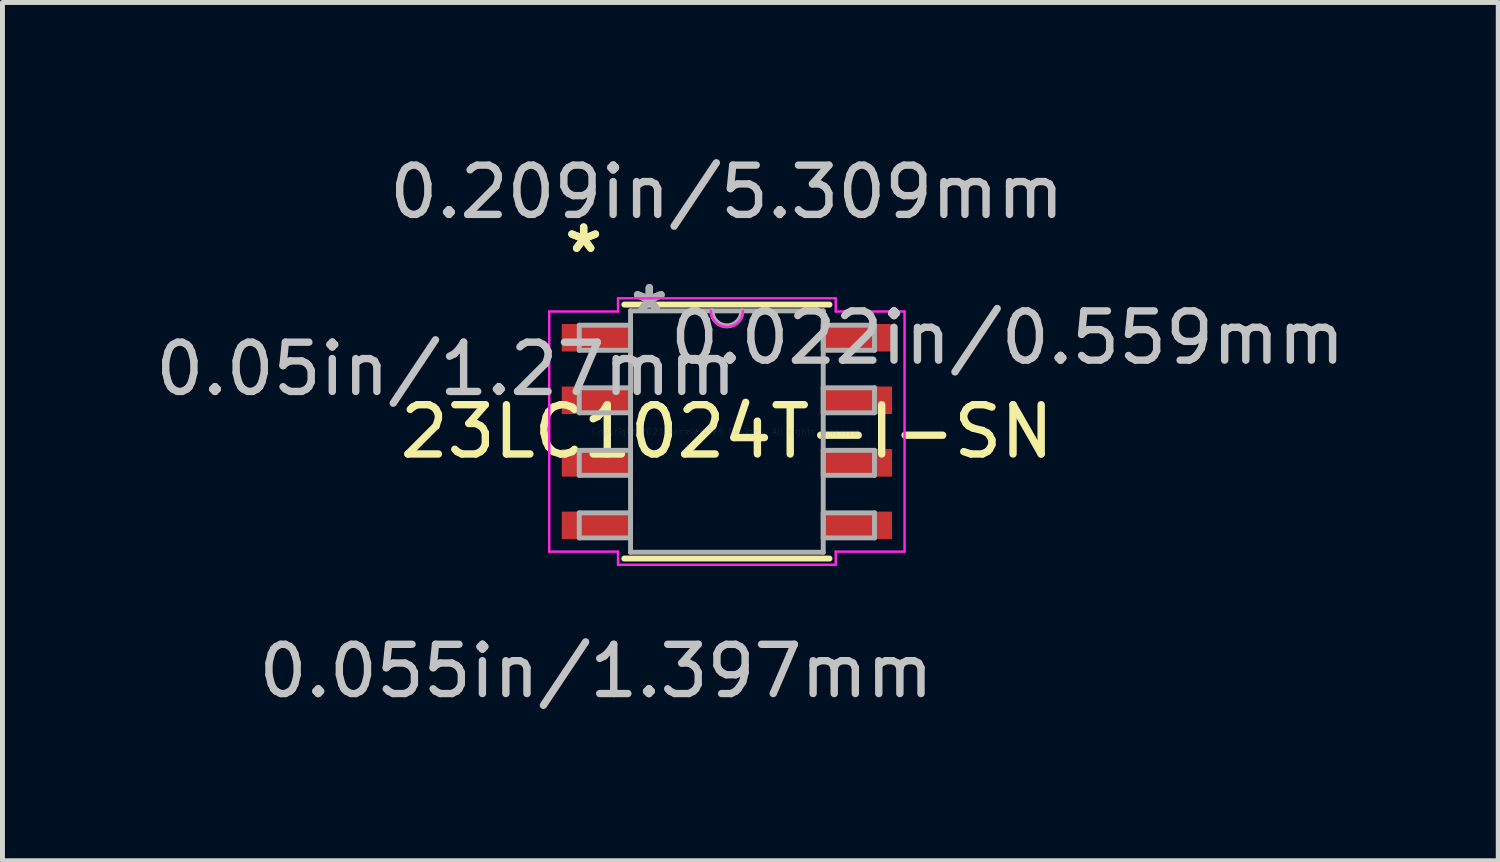
<source format=kicad_pcb>
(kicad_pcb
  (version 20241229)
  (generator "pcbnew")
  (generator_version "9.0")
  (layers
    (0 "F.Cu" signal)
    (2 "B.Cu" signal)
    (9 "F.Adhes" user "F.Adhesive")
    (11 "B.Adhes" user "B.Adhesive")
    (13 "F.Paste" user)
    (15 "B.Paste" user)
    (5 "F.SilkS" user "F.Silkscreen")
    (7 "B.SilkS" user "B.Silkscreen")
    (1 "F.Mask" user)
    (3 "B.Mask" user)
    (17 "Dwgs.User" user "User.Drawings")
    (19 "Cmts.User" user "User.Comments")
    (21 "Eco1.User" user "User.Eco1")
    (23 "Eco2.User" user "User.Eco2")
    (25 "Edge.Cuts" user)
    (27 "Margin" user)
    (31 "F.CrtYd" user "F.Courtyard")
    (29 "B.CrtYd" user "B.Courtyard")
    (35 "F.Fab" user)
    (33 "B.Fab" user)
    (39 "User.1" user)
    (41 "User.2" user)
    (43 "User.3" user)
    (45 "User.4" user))
  (footprint "23LC1024T-I-SN"
    (layer "F.Cu")
    (at 11.708 5.712)
    (property "Reference" "23LC1024T-I-SN" (at 0 0 0) (layer "F.SilkS") (effects (font (size 1 1) (thickness 0.15))))
    (attr through_hole)
    (fp_line (start -2.083 2.578) (end 2.083 2.578) (stroke (width 0.12) (type solid)) (layer "F.SilkS"))
    (fp_line (start 2.083 -2.578) (end -2.083 -2.578) (stroke (width 0.12) (type solid)) (layer "F.SilkS"))
    (fp_line (start -3.607 -2.438) (end -2.21 -2.438) (stroke (width 0.05) (type solid)) (layer "F.CrtYd"))
    (fp_line (start -3.607 2.438) (end -3.607 -2.438) (stroke (width 0.05) (type solid)) (layer "F.CrtYd"))
    (fp_line (start -2.21 -2.705) (end 2.21 -2.705) (stroke (width 0.05) (type solid)) (layer "F.CrtYd"))
    (fp_line (start -2.21 -2.438) (end -2.21 -2.705) (stroke (width 0.05) (type solid)) (layer "F.CrtYd"))
    (fp_line (start -2.21 2.438) (end -3.607 2.438) (stroke (width 0.05) (type solid)) (layer "F.CrtYd"))
    (fp_line (start -2.21 2.705) (end -2.21 2.438) (stroke (width 0.05) (type solid)) (layer "F.CrtYd"))
    (fp_line (start 2.21 -2.705) (end 2.21 -2.438) (stroke (width 0.05) (type solid)) (layer "F.CrtYd"))
    (fp_line (start 2.21 -2.438) (end 3.607 -2.438) (stroke (width 0.05) (type solid)) (layer "F.CrtYd"))
    (fp_line (start 2.21 2.438) (end 2.21 2.705) (stroke (width 0.05) (type solid)) (layer "F.CrtYd"))
    (fp_line (start 2.21 2.705) (end -2.21 2.705) (stroke (width 0.05) (type solid)) (layer "F.CrtYd"))
    (fp_line (start 3.607 -2.438) (end 3.607 2.438) (stroke (width 0.05) (type solid)) (layer "F.CrtYd"))
    (fp_line (start 3.607 2.438) (end 2.21 2.438) (stroke (width 0.05) (type solid)) (layer "F.CrtYd"))
    (fp_arc (start 0.325967 -2.4511) (mid 0 -2.125133) (end -0.325967 -2.4511) (stroke (width 0.05) (type solid)) (layer "F.CrtYd"))
    (fp_line (start -2.997 -2.159) (end -2.997 -1.651) (stroke (width 0.1) (type solid)) (layer "F.Fab"))
    (fp_line (start -2.997 -1.651) (end -1.956 -1.651) (stroke (width 0.1) (type solid)) (layer "F.Fab"))
    (fp_line (start -2.997 -0.889) (end -2.997 -0.381) (stroke (width 0.1) (type solid)) (layer "F.Fab"))
    (fp_line (start -2.997 -0.381) (end -1.956 -0.381) (stroke (width 0.1) (type solid)) (layer "F.Fab"))
    (fp_line (start -2.997 0.381) (end -2.997 0.889) (stroke (width 0.1) (type solid)) (layer "F.Fab"))
    (fp_line (start -2.997 0.889) (end -1.956 0.889) (stroke (width 0.1) (type solid)) (layer "F.Fab"))
    (fp_line (start -2.997 1.651) (end -2.997 2.159) (stroke (width 0.1) (type solid)) (layer "F.Fab"))
    (fp_line (start -2.997 2.159) (end -1.956 2.159) (stroke (width 0.1) (type solid)) (layer "F.Fab"))
    (fp_line (start -1.956 -2.451) (end -1.956 2.451) (stroke (width 0.1) (type solid)) (layer "F.Fab"))
    (fp_line (start -1.956 -2.159) (end -2.997 -2.159) (stroke (width 0.1) (type solid)) (layer "F.Fab"))
    (fp_line (start -1.956 -1.651) (end -1.956 -2.159) (stroke (width 0.1) (type solid)) (layer "F.Fab"))
    (fp_line (start -1.956 -0.889) (end -2.997 -0.889) (stroke (width 0.1) (type solid)) (layer "F.Fab"))
    (fp_line (start -1.956 -0.381) (end -1.956 -0.889) (stroke (width 0.1) (type solid)) (layer "F.Fab"))
    (fp_line (start -1.956 0.381) (end -2.997 0.381) (stroke (width 0.1) (type solid)) (layer "F.Fab"))
    (fp_line (start -1.956 0.889) (end -1.956 0.381) (stroke (width 0.1) (type solid)) (layer "F.Fab"))
    (fp_line (start -1.956 1.651) (end -2.997 1.651) (stroke (width 0.1) (type solid)) (layer "F.Fab"))
    (fp_line (start -1.956 2.159) (end -1.956 1.651) (stroke (width 0.1) (type solid)) (layer "F.Fab"))
    (fp_line (start -1.956 2.451) (end 1.956 2.451) (stroke (width 0.1) (type solid)) (layer "F.Fab"))
    (fp_line (start 1.956 -2.451) (end -1.956 -2.451) (stroke (width 0.1) (type solid)) (layer "F.Fab"))
    (fp_line (start 1.956 -2.159) (end 1.956 -1.651) (stroke (width 0.1) (type solid)) (layer "F.Fab"))
    (fp_line (start 1.956 -1.651) (end 2.997 -1.651) (stroke (width 0.1) (type solid)) (layer "F.Fab"))
    (fp_line (start 1.956 -0.889) (end 1.956 -0.381) (stroke (width 0.1) (type solid)) (layer "F.Fab"))
    (fp_line (start 1.956 -0.381) (end 2.997 -0.381) (stroke (width 0.1) (type solid)) (layer "F.Fab"))
    (fp_line (start 1.956 0.381) (end 1.956 0.889) (stroke (width 0.1) (type solid)) (layer "F.Fab"))
    (fp_line (start 1.956 0.889) (end 2.997 0.889) (stroke (width 0.1) (type solid)) (layer "F.Fab"))
    (fp_line (start 1.956 1.651) (end 1.956 2.159) (stroke (width 0.1) (type solid)) (layer "F.Fab"))
    (fp_line (start 1.956 2.159) (end 2.997 2.159) (stroke (width 0.1) (type solid)) (layer "F.Fab"))
    (fp_line (start 1.956 2.451) (end 1.956 -2.451) (stroke (width 0.1) (type solid)) (layer "F.Fab"))
    (fp_line (start 2.997 -2.159) (end 1.956 -2.159) (stroke (width 0.1) (type solid)) (layer "F.Fab"))
    (fp_line (start 2.997 -1.651) (end 2.997 -2.159) (stroke (width 0.1) (type solid)) (layer "F.Fab"))
    (fp_line (start 2.997 -0.889) (end 1.956 -0.889) (stroke (width 0.1) (type solid)) (layer "F.Fab"))
    (fp_line (start 2.997 -0.381) (end 2.997 -0.889) (stroke (width 0.1) (type solid)) (layer "F.Fab"))
    (fp_line (start 2.997 0.381) (end 1.956 0.381) (stroke (width 0.1) (type solid)) (layer "F.Fab"))
    (fp_line (start 2.997 0.889) (end 2.997 0.381) (stroke (width 0.1) (type solid)) (layer "F.Fab"))
    (fp_line (start 2.997 1.651) (end 1.956 1.651) (stroke (width 0.1) (type solid)) (layer "F.Fab"))
    (fp_line (start 2.997 2.159) (end 2.997 1.651) (stroke (width 0.1) (type solid)) (layer "F.Fab"))
    (fp_arc (start 0.3048 -2.4511) (mid 0 -2.1463) (end -0.3048 -2.4511) (stroke (width 0.1) (type solid)) (layer "F.Fab"))
    (fp_text user "*" (at -2.908 -3.607 0) (layer "F.SilkS") (effects (font (size 1 1) (thickness 0.15))))
    (fp_text user "*" (at -2.908 -3.607 0) (layer "F.SilkS") (effects (font (size 1 1) (thickness 0.15))))
    (fp_text user "0.022in/0.559mm" (at 5.702 -1.905 0) (layer "Dwgs.User") (effects (font (size 1 1) (thickness 0.15))))
    (fp_text user "0.05in/1.27mm" (at -5.702 -1.27 0) (layer "Dwgs.User") (effects (font (size 1 1) (thickness 0.15))))
    (fp_text user "0.209in/5.309mm" (at 0 -4.864 0) (layer "Dwgs.User") (effects (font (size 1 1) (thickness 0.15))))
    (fp_text user "0.055in/1.397mm" (at -2.654 4.864 0) (layer "Dwgs.User") (effects (font (size 1 1) (thickness 0.15))))
    (fp_text user "Copyright 2021 Accelerated Designs. All rights reserved." (at 0 0 0) (layer "Cmts.User") (effects (font (size 0.127 0.127) (thickness 0.002))))
    (fp_text user "*" (at -1.575 -2.375 0) (layer "F.Fab") (effects (font (size 1 1) (thickness 0.15))))
    (fp_text user "*" (at -1.575 -2.375 0) (layer "F.Fab") (effects (font (size 1 1) (thickness 0.15))))
    (pad "1" smd rect (at -2.654 -1.905) (size 1.397 0.559) (layers "F.Cu" "F.Mask" "F.Paste"))
    (pad "2" smd rect (at -2.654 -0.635) (size 1.397 0.559) (layers "F.Cu" "F.Mask" "F.Paste"))
    (pad "3" smd rect (at -2.654 0.635) (size 1.397 0.559) (layers "F.Cu" "F.Mask" "F.Paste"))
    (pad "4" smd rect (at -2.654 1.905) (size 1.397 0.559) (layers "F.Cu" "F.Mask" "F.Paste"))
    (pad "5" smd rect (at 2.654 1.905) (size 1.397 0.559) (layers "F.Cu" "F.Mask" "F.Paste"))
    (pad "6" smd rect (at 2.654 0.635) (size 1.397 0.559) (layers "F.Cu" "F.Mask" "F.Paste"))
    (pad "7" smd rect (at 2.654 -0.635) (size 1.397 0.559) (layers "F.Cu" "F.Mask" "F.Paste"))
    (pad "8" smd rect (at 2.654 -1.905) (size 1.397 0.559) (layers "F.Cu" "F.Mask" "F.Paste")))
  (gr_rect
    (start -3 -3)
    (end 27.369 14.425)
    (stroke (width 0.1) (type default))
    (fill no)
    (layer "Edge.Cuts")))
</source>
